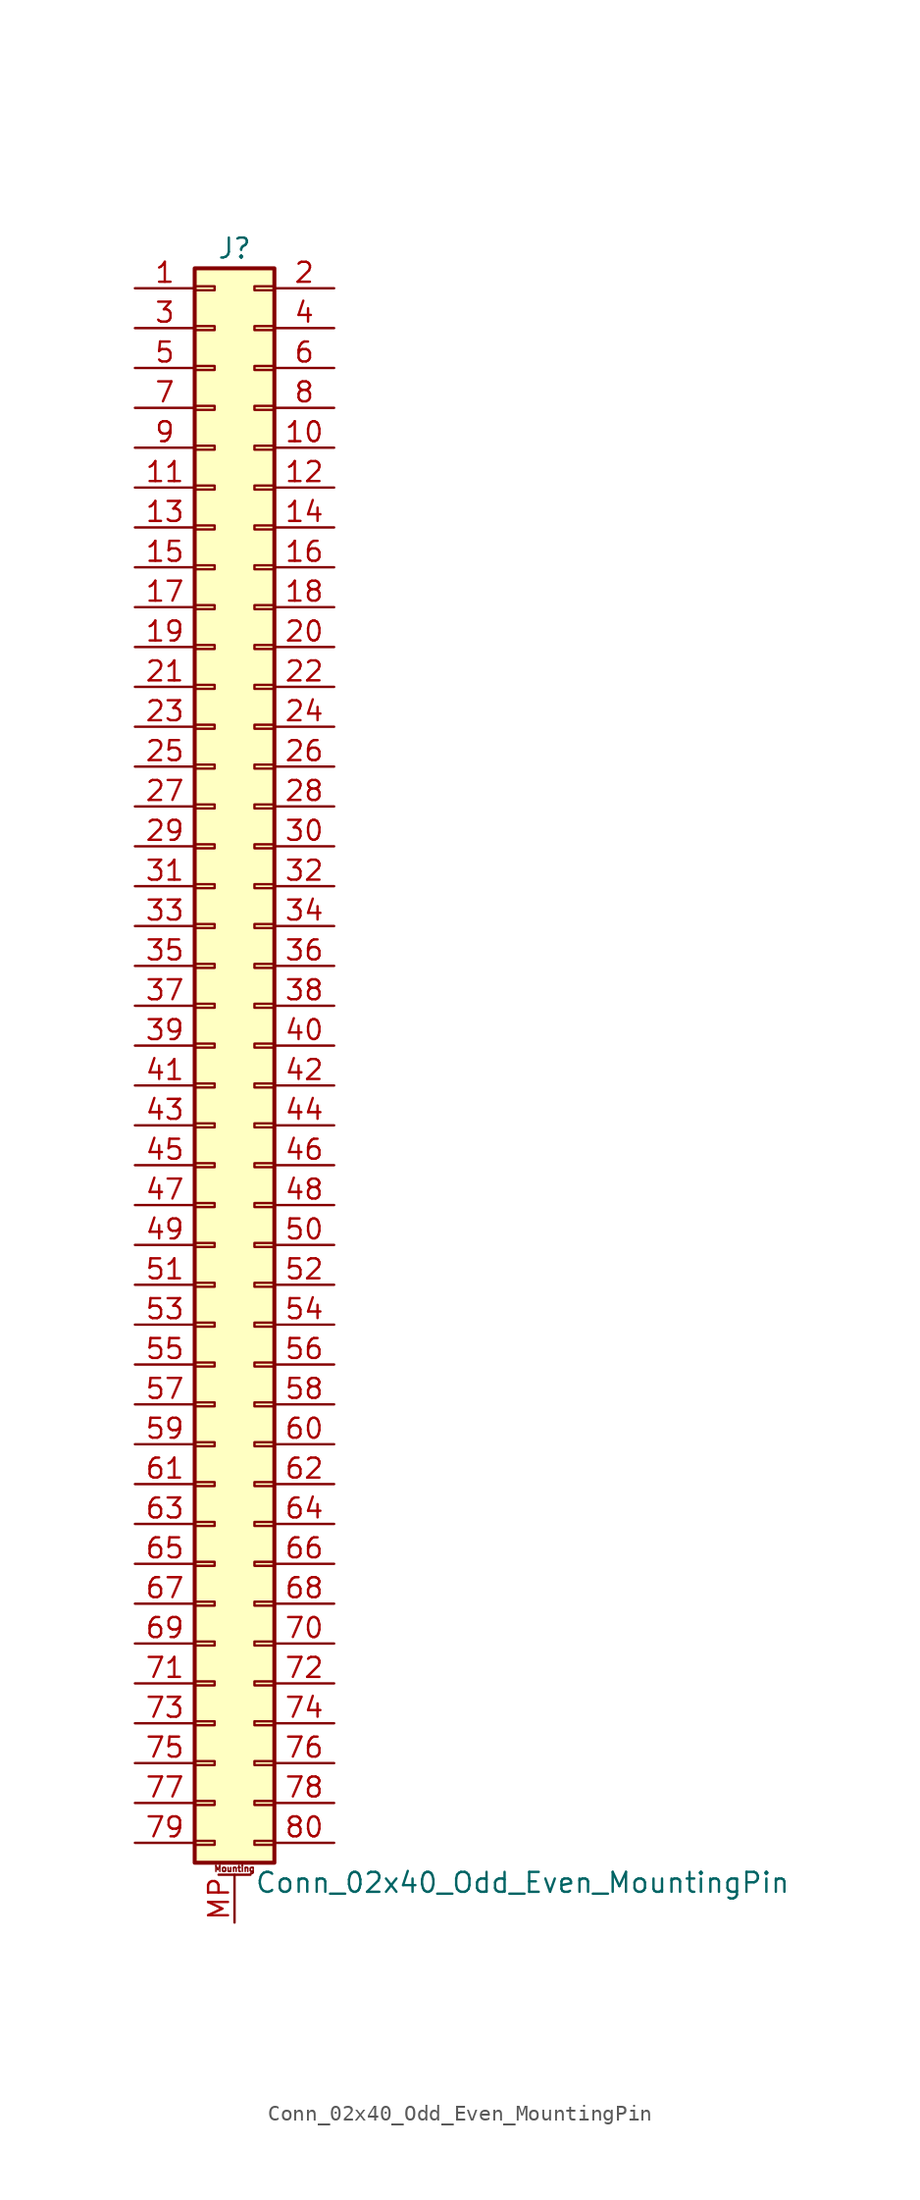
<source format=kicad_sym>
(kicad_symbol_lib
  (version 20201005)
  (generator kicad_symbol_editor)
  (symbol "Conn_02x40_Odd_Even_MountingPin"
    (pin_names
      (offset 1.016) hide)
    (property "Reference" "J"
      (at 1.27 50.8 0)
      (effects (font (size 1.27 1.27))))
    (property "Value" "Conn_02x40_Odd_Even_MountingPin"
      (at 2.54 -53.34 0)
      (effects (font (size 1.27 1.27)) (justify left)))
    (symbol "Conn_02x40_Odd_Even_MountingPin_1_1"
      (text "Mounting" (at 1.27 -52.451 0) (effects (font (size 0.381 0.381))))
      (rectangle (start -1.27 -50.673) (end 0 -50.927) (stroke (width 0.152)) (fill (type none)))
      (rectangle (start -1.27 -48.133) (end 0 -48.387) (stroke (width 0.152)) (fill (type none)))
      (rectangle (start -1.27 -45.593) (end 0 -45.847) (stroke (width 0.152)) (fill (type none)))
      (rectangle (start -1.27 -43.053) (end 0 -43.307) (stroke (width 0.152)) (fill (type none)))
      (rectangle (start -1.27 -40.513) (end 0 -40.767) (stroke (width 0.152)) (fill (type none)))
      (rectangle (start -1.27 -37.973) (end 0 -38.227) (stroke (width 0.152)) (fill (type none)))
      (rectangle (start -1.27 -35.433) (end 0 -35.687) (stroke (width 0.152)) (fill (type none)))
      (rectangle (start -1.27 -32.893) (end 0 -33.147) (stroke (width 0.152)) (fill (type none)))
      (rectangle (start -1.27 -30.353) (end 0 -30.607) (stroke (width 0.152)) (fill (type none)))
      (rectangle (start -1.27 -27.813) (end 0 -28.067) (stroke (width 0.152)) (fill (type none)))
      (rectangle (start -1.27 -25.273) (end 0 -25.527) (stroke (width 0.152)) (fill (type none)))
      (rectangle (start -1.27 -22.733) (end 0 -22.987) (stroke (width 0.152)) (fill (type none)))
      (rectangle (start -1.27 -20.193) (end 0 -20.447) (stroke (width 0.152)) (fill (type none)))
      (rectangle (start -1.27 -17.653) (end 0 -17.907) (stroke (width 0.152)) (fill (type none)))
      (rectangle (start -1.27 -15.113) (end 0 -15.367) (stroke (width 0.152)) (fill (type none)))
      (rectangle (start -1.27 -12.573) (end 0 -12.827) (stroke (width 0.152)) (fill (type none)))
      (rectangle (start -1.27 -10.033) (end 0 -10.287) (stroke (width 0.152)) (fill (type none)))
      (rectangle (start -1.27 -7.493) (end 0 -7.747) (stroke (width 0.152)) (fill (type none)))
      (rectangle (start -1.27 -4.953) (end 0 -5.207) (stroke (width 0.152)) (fill (type none)))
      (rectangle (start -1.27 -2.413) (end 0 -2.667) (stroke (width 0.152)) (fill (type none)))
      (rectangle (start -1.27 0.127) (end 0 -0.127) (stroke (width 0.152)) (fill (type none)))
      (rectangle (start -1.27 2.667) (end 0 2.413) (stroke (width 0.152)) (fill (type none)))
      (rectangle (start -1.27 5.207) (end 0 4.953) (stroke (width 0.152)) (fill (type none)))
      (rectangle (start -1.27 7.747) (end 0 7.493) (stroke (width 0.152)) (fill (type none)))
      (rectangle (start -1.27 10.287) (end 0 10.033) (stroke (width 0.152)) (fill (type none)))
      (rectangle (start -1.27 12.827) (end 0 12.573) (stroke (width 0.152)) (fill (type none)))
      (rectangle (start -1.27 15.367) (end 0 15.113) (stroke (width 0.152)) (fill (type none)))
      (rectangle (start -1.27 17.907) (end 0 17.653) (stroke (width 0.152)) (fill (type none)))
      (rectangle (start -1.27 20.447) (end 0 20.193) (stroke (width 0.152)) (fill (type none)))
      (rectangle (start -1.27 22.987) (end 0 22.733) (stroke (width 0.152)) (fill (type none)))
      (rectangle (start -1.27 25.527) (end 0 25.273) (stroke (width 0.152)) (fill (type none)))
      (rectangle (start -1.27 28.067) (end 0 27.813) (stroke (width 0.152)) (fill (type none)))
      (rectangle (start -1.27 30.607) (end 0 30.353) (stroke (width 0.152)) (fill (type none)))
      (rectangle (start -1.27 33.147) (end 0 32.893) (stroke (width 0.152)) (fill (type none)))
      (rectangle (start -1.27 35.687) (end 0 35.433) (stroke (width 0.152)) (fill (type none)))
      (rectangle (start -1.27 38.227) (end 0 37.973) (stroke (width 0.152)) (fill (type none)))
      (rectangle (start -1.27 40.767) (end 0 40.513) (stroke (width 0.152)) (fill (type none)))
      (rectangle (start -1.27 43.307) (end 0 43.053) (stroke (width 0.152)) (fill (type none)))
      (rectangle (start -1.27 45.847) (end 0 45.593) (stroke (width 0.152)) (fill (type none)))
      (rectangle (start -1.27 48.387) (end 0 48.133) (stroke (width 0.152)) (fill (type none)))
      (rectangle (start 3.81 -50.673) (end 2.54 -50.927) (stroke (width 0.152)) (fill (type none)))
      (rectangle (start 3.81 -48.133) (end 2.54 -48.387) (stroke (width 0.152)) (fill (type none)))
      (rectangle (start 3.81 -45.593) (end 2.54 -45.847) (stroke (width 0.152)) (fill (type none)))
      (rectangle (start 3.81 -43.053) (end 2.54 -43.307) (stroke (width 0.152)) (fill (type none)))
      (rectangle (start 3.81 -40.513) (end 2.54 -40.767) (stroke (width 0.152)) (fill (type none)))
      (rectangle (start 3.81 -37.973) (end 2.54 -38.227) (stroke (width 0.152)) (fill (type none)))
      (rectangle (start 3.81 -35.433) (end 2.54 -35.687) (stroke (width 0.152)) (fill (type none)))
      (rectangle (start 3.81 -32.893) (end 2.54 -33.147) (stroke (width 0.152)) (fill (type none)))
      (rectangle (start 3.81 -30.353) (end 2.54 -30.607) (stroke (width 0.152)) (fill (type none)))
      (rectangle (start 3.81 -27.813) (end 2.54 -28.067) (stroke (width 0.152)) (fill (type none)))
      (rectangle (start 3.81 -25.273) (end 2.54 -25.527) (stroke (width 0.152)) (fill (type none)))
      (rectangle (start 3.81 -22.733) (end 2.54 -22.987) (stroke (width 0.152)) (fill (type none)))
      (rectangle (start 3.81 -20.193) (end 2.54 -20.447) (stroke (width 0.152)) (fill (type none)))
      (rectangle (start 3.81 -17.653) (end 2.54 -17.907) (stroke (width 0.152)) (fill (type none)))
      (rectangle (start 3.81 -15.113) (end 2.54 -15.367) (stroke (width 0.152)) (fill (type none)))
      (rectangle (start 3.81 -12.573) (end 2.54 -12.827) (stroke (width 0.152)) (fill (type none)))
      (rectangle (start 3.81 -10.033) (end 2.54 -10.287) (stroke (width 0.152)) (fill (type none)))
      (rectangle (start 3.81 -7.493) (end 2.54 -7.747) (stroke (width 0.152)) (fill (type none)))
      (rectangle (start 3.81 -4.953) (end 2.54 -5.207) (stroke (width 0.152)) (fill (type none)))
      (rectangle (start 3.81 -2.413) (end 2.54 -2.667) (stroke (width 0.152)) (fill (type none)))
      (rectangle (start 3.81 0.127) (end 2.54 -0.127) (stroke (width 0.152)) (fill (type none)))
      (rectangle (start 3.81 2.667) (end 2.54 2.413) (stroke (width 0.152)) (fill (type none)))
      (rectangle (start 3.81 5.207) (end 2.54 4.953) (stroke (width 0.152)) (fill (type none)))
      (rectangle (start 3.81 7.747) (end 2.54 7.493) (stroke (width 0.152)) (fill (type none)))
      (rectangle (start 3.81 10.287) (end 2.54 10.033) (stroke (width 0.152)) (fill (type none)))
      (rectangle (start 3.81 12.827) (end 2.54 12.573) (stroke (width 0.152)) (fill (type none)))
      (rectangle (start 3.81 15.367) (end 2.54 15.113) (stroke (width 0.152)) (fill (type none)))
      (rectangle (start 3.81 17.907) (end 2.54 17.653) (stroke (width 0.152)) (fill (type none)))
      (rectangle (start 3.81 20.447) (end 2.54 20.193) (stroke (width 0.152)) (fill (type none)))
      (rectangle (start 3.81 22.987) (end 2.54 22.733) (stroke (width 0.152)) (fill (type none)))
      (rectangle (start 3.81 25.527) (end 2.54 25.273) (stroke (width 0.152)) (fill (type none)))
      (rectangle (start 3.81 28.067) (end 2.54 27.813) (stroke (width 0.152)) (fill (type none)))
      (rectangle (start 3.81 30.607) (end 2.54 30.353) (stroke (width 0.152)) (fill (type none)))
      (rectangle (start 3.81 33.147) (end 2.54 32.893) (stroke (width 0.152)) (fill (type none)))
      (rectangle (start 3.81 35.687) (end 2.54 35.433) (stroke (width 0.152)) (fill (type none)))
      (rectangle (start 3.81 38.227) (end 2.54 37.973) (stroke (width 0.152)) (fill (type none)))
      (rectangle (start 3.81 40.767) (end 2.54 40.513) (stroke (width 0.152)) (fill (type none)))
      (rectangle (start 3.81 43.307) (end 2.54 43.053) (stroke (width 0.152)) (fill (type none)))
      (rectangle (start 3.81 45.847) (end 2.54 45.593) (stroke (width 0.152)) (fill (type none)))
      (rectangle (start 3.81 48.387) (end 2.54 48.133) (stroke (width 0.152)) (fill (type none)))
      (rectangle (start -1.27 49.53) (end 3.81 -52.07) (stroke (width 0.254)) (fill (type background)))
      (polyline (pts (xy 0.254 -52.832) (xy 2.286 -52.832)) (stroke (width 0.152)) (fill (type none)))
      (pin passive line (at -5.08 48.26 0) (length 3.81) (name "Pin_1" (effects (font (size 1.27 1.27)))) (number "1" (effects (font (size 1.27 1.27)))))
      (pin passive line (at 7.62 38.1 180) (length 3.81) (name "Pin_10" (effects (font (size 1.27 1.27)))) (number "10" (effects (font (size 1.27 1.27)))))
      (pin passive line (at -5.08 35.56 0) (length 3.81) (name "Pin_11" (effects (font (size 1.27 1.27)))) (number "11" (effects (font (size 1.27 1.27)))))
      (pin passive line (at 7.62 35.56 180) (length 3.81) (name "Pin_12" (effects (font (size 1.27 1.27)))) (number "12" (effects (font (size 1.27 1.27)))))
      (pin passive line (at -5.08 33.02 0) (length 3.81) (name "Pin_13" (effects (font (size 1.27 1.27)))) (number "13" (effects (font (size 1.27 1.27)))))
      (pin passive line (at 7.62 33.02 180) (length 3.81) (name "Pin_14" (effects (font (size 1.27 1.27)))) (number "14" (effects (font (size 1.27 1.27)))))
      (pin passive line (at -5.08 30.48 0) (length 3.81) (name "Pin_15" (effects (font (size 1.27 1.27)))) (number "15" (effects (font (size 1.27 1.27)))))
      (pin passive line (at 7.62 30.48 180) (length 3.81) (name "Pin_16" (effects (font (size 1.27 1.27)))) (number "16" (effects (font (size 1.27 1.27)))))
      (pin passive line (at -5.08 27.94 0) (length 3.81) (name "Pin_17" (effects (font (size 1.27 1.27)))) (number "17" (effects (font (size 1.27 1.27)))))
      (pin passive line (at 7.62 27.94 180) (length 3.81) (name "Pin_18" (effects (font (size 1.27 1.27)))) (number "18" (effects (font (size 1.27 1.27)))))
      (pin passive line (at -5.08 25.4 0) (length 3.81) (name "Pin_19" (effects (font (size 1.27 1.27)))) (number "19" (effects (font (size 1.27 1.27)))))
      (pin passive line (at 7.62 48.26 180) (length 3.81) (name "Pin_2" (effects (font (size 1.27 1.27)))) (number "2" (effects (font (size 1.27 1.27)))))
      (pin passive line (at 7.62 25.4 180) (length 3.81) (name "Pin_20" (effects (font (size 1.27 1.27)))) (number "20" (effects (font (size 1.27 1.27)))))
      (pin passive line (at -5.08 22.86 0) (length 3.81) (name "Pin_21" (effects (font (size 1.27 1.27)))) (number "21" (effects (font (size 1.27 1.27)))))
      (pin passive line (at 7.62 22.86 180) (length 3.81) (name "Pin_22" (effects (font (size 1.27 1.27)))) (number "22" (effects (font (size 1.27 1.27)))))
      (pin passive line (at -5.08 20.32 0) (length 3.81) (name "Pin_23" (effects (font (size 1.27 1.27)))) (number "23" (effects (font (size 1.27 1.27)))))
      (pin passive line (at 7.62 20.32 180) (length 3.81) (name "Pin_24" (effects (font (size 1.27 1.27)))) (number "24" (effects (font (size 1.27 1.27)))))
      (pin passive line (at -5.08 17.78 0) (length 3.81) (name "Pin_25" (effects (font (size 1.27 1.27)))) (number "25" (effects (font (size 1.27 1.27)))))
      (pin passive line (at 7.62 17.78 180) (length 3.81) (name "Pin_26" (effects (font (size 1.27 1.27)))) (number "26" (effects (font (size 1.27 1.27)))))
      (pin passive line (at -5.08 15.24 0) (length 3.81) (name "Pin_27" (effects (font (size 1.27 1.27)))) (number "27" (effects (font (size 1.27 1.27)))))
      (pin passive line (at 7.62 15.24 180) (length 3.81) (name "Pin_28" (effects (font (size 1.27 1.27)))) (number "28" (effects (font (size 1.27 1.27)))))
      (pin passive line (at -5.08 12.7 0) (length 3.81) (name "Pin_29" (effects (font (size 1.27 1.27)))) (number "29" (effects (font (size 1.27 1.27)))))
      (pin passive line (at -5.08 45.72 0) (length 3.81) (name "Pin_3" (effects (font (size 1.27 1.27)))) (number "3" (effects (font (size 1.27 1.27)))))
      (pin passive line (at 7.62 12.7 180) (length 3.81) (name "Pin_30" (effects (font (size 1.27 1.27)))) (number "30" (effects (font (size 1.27 1.27)))))
      (pin passive line (at -5.08 10.16 0) (length 3.81) (name "Pin_31" (effects (font (size 1.27 1.27)))) (number "31" (effects (font (size 1.27 1.27)))))
      (pin passive line (at 7.62 10.16 180) (length 3.81) (name "Pin_32" (effects (font (size 1.27 1.27)))) (number "32" (effects (font (size 1.27 1.27)))))
      (pin passive line (at -5.08 7.62 0) (length 3.81) (name "Pin_33" (effects (font (size 1.27 1.27)))) (number "33" (effects (font (size 1.27 1.27)))))
      (pin passive line (at 7.62 7.62 180) (length 3.81) (name "Pin_34" (effects (font (size 1.27 1.27)))) (number "34" (effects (font (size 1.27 1.27)))))
      (pin passive line (at -5.08 5.08 0) (length 3.81) (name "Pin_35" (effects (font (size 1.27 1.27)))) (number "35" (effects (font (size 1.27 1.27)))))
      (pin passive line (at 7.62 5.08 180) (length 3.81) (name "Pin_36" (effects (font (size 1.27 1.27)))) (number "36" (effects (font (size 1.27 1.27)))))
      (pin passive line (at -5.08 2.54 0) (length 3.81) (name "Pin_37" (effects (font (size 1.27 1.27)))) (number "37" (effects (font (size 1.27 1.27)))))
      (pin passive line (at 7.62 2.54 180) (length 3.81) (name "Pin_38" (effects (font (size 1.27 1.27)))) (number "38" (effects (font (size 1.27 1.27)))))
      (pin passive line (at -5.08 0 0) (length 3.81) (name "Pin_39" (effects (font (size 1.27 1.27)))) (number "39" (effects (font (size 1.27 1.27)))))
      (pin passive line (at 7.62 45.72 180) (length 3.81) (name "Pin_4" (effects (font (size 1.27 1.27)))) (number "4" (effects (font (size 1.27 1.27)))))
      (pin passive line (at 7.62 0 180) (length 3.81) (name "Pin_40" (effects (font (size 1.27 1.27)))) (number "40" (effects (font (size 1.27 1.27)))))
      (pin passive line (at -5.08 -2.54 0) (length 3.81) (name "Pin_41" (effects (font (size 1.27 1.27)))) (number "41" (effects (font (size 1.27 1.27)))))
      (pin passive line (at 7.62 -2.54 180) (length 3.81) (name "Pin_42" (effects (font (size 1.27 1.27)))) (number "42" (effects (font (size 1.27 1.27)))))
      (pin passive line (at -5.08 -5.08 0) (length 3.81) (name "Pin_43" (effects (font (size 1.27 1.27)))) (number "43" (effects (font (size 1.27 1.27)))))
      (pin passive line (at 7.62 -5.08 180) (length 3.81) (name "Pin_44" (effects (font (size 1.27 1.27)))) (number "44" (effects (font (size 1.27 1.27)))))
      (pin passive line (at -5.08 -7.62 0) (length 3.81) (name "Pin_45" (effects (font (size 1.27 1.27)))) (number "45" (effects (font (size 1.27 1.27)))))
      (pin passive line (at 7.62 -7.62 180) (length 3.81) (name "Pin_46" (effects (font (size 1.27 1.27)))) (number "46" (effects (font (size 1.27 1.27)))))
      (pin passive line (at -5.08 -10.16 0) (length 3.81) (name "Pin_47" (effects (font (size 1.27 1.27)))) (number "47" (effects (font (size 1.27 1.27)))))
      (pin passive line (at 7.62 -10.16 180) (length 3.81) (name "Pin_48" (effects (font (size 1.27 1.27)))) (number "48" (effects (font (size 1.27 1.27)))))
      (pin passive line (at -5.08 -12.7 0) (length 3.81) (name "Pin_49" (effects (font (size 1.27 1.27)))) (number "49" (effects (font (size 1.27 1.27)))))
      (pin passive line (at -5.08 43.18 0) (length 3.81) (name "Pin_5" (effects (font (size 1.27 1.27)))) (number "5" (effects (font (size 1.27 1.27)))))
      (pin passive line (at 7.62 -12.7 180) (length 3.81) (name "Pin_50" (effects (font (size 1.27 1.27)))) (number "50" (effects (font (size 1.27 1.27)))))
      (pin passive line (at -5.08 -15.24 0) (length 3.81) (name "Pin_51" (effects (font (size 1.27 1.27)))) (number "51" (effects (font (size 1.27 1.27)))))
      (pin passive line (at 7.62 -15.24 180) (length 3.81) (name "Pin_52" (effects (font (size 1.27 1.27)))) (number "52" (effects (font (size 1.27 1.27)))))
      (pin passive line (at -5.08 -17.78 0) (length 3.81) (name "Pin_53" (effects (font (size 1.27 1.27)))) (number "53" (effects (font (size 1.27 1.27)))))
      (pin passive line (at 7.62 -17.78 180) (length 3.81) (name "Pin_54" (effects (font (size 1.27 1.27)))) (number "54" (effects (font (size 1.27 1.27)))))
      (pin passive line (at -5.08 -20.32 0) (length 3.81) (name "Pin_55" (effects (font (size 1.27 1.27)))) (number "55" (effects (font (size 1.27 1.27)))))
      (pin passive line (at 7.62 -20.32 180) (length 3.81) (name "Pin_56" (effects (font (size 1.27 1.27)))) (number "56" (effects (font (size 1.27 1.27)))))
      (pin passive line (at -5.08 -22.86 0) (length 3.81) (name "Pin_57" (effects (font (size 1.27 1.27)))) (number "57" (effects (font (size 1.27 1.27)))))
      (pin passive line (at 7.62 -22.86 180) (length 3.81) (name "Pin_58" (effects (font (size 1.27 1.27)))) (number "58" (effects (font (size 1.27 1.27)))))
      (pin passive line (at -5.08 -25.4 0) (length 3.81) (name "Pin_59" (effects (font (size 1.27 1.27)))) (number "59" (effects (font (size 1.27 1.27)))))
      (pin passive line (at 7.62 43.18 180) (length 3.81) (name "Pin_6" (effects (font (size 1.27 1.27)))) (number "6" (effects (font (size 1.27 1.27)))))
      (pin passive line (at 7.62 -25.4 180) (length 3.81) (name "Pin_60" (effects (font (size 1.27 1.27)))) (number "60" (effects (font (size 1.27 1.27)))))
      (pin passive line (at -5.08 -27.94 0) (length 3.81) (name "Pin_61" (effects (font (size 1.27 1.27)))) (number "61" (effects (font (size 1.27 1.27)))))
      (pin passive line (at 7.62 -27.94 180) (length 3.81) (name "Pin_62" (effects (font (size 1.27 1.27)))) (number "62" (effects (font (size 1.27 1.27)))))
      (pin passive line (at -5.08 -30.48 0) (length 3.81) (name "Pin_63" (effects (font (size 1.27 1.27)))) (number "63" (effects (font (size 1.27 1.27)))))
      (pin passive line (at 7.62 -30.48 180) (length 3.81) (name "Pin_64" (effects (font (size 1.27 1.27)))) (number "64" (effects (font (size 1.27 1.27)))))
      (pin passive line (at -5.08 -33.02 0) (length 3.81) (name "Pin_65" (effects (font (size 1.27 1.27)))) (number "65" (effects (font (size 1.27 1.27)))))
      (pin passive line (at 7.62 -33.02 180) (length 3.81) (name "Pin_66" (effects (font (size 1.27 1.27)))) (number "66" (effects (font (size 1.27 1.27)))))
      (pin passive line (at -5.08 -35.56 0) (length 3.81) (name "Pin_67" (effects (font (size 1.27 1.27)))) (number "67" (effects (font (size 1.27 1.27)))))
      (pin passive line (at 7.62 -35.56 180) (length 3.81) (name "Pin_68" (effects (font (size 1.27 1.27)))) (number "68" (effects (font (size 1.27 1.27)))))
      (pin passive line (at -5.08 -38.1 0) (length 3.81) (name "Pin_69" (effects (font (size 1.27 1.27)))) (number "69" (effects (font (size 1.27 1.27)))))
      (pin passive line (at -5.08 40.64 0) (length 3.81) (name "Pin_7" (effects (font (size 1.27 1.27)))) (number "7" (effects (font (size 1.27 1.27)))))
      (pin passive line (at 7.62 -38.1 180) (length 3.81) (name "Pin_70" (effects (font (size 1.27 1.27)))) (number "70" (effects (font (size 1.27 1.27)))))
      (pin passive line (at -5.08 -40.64 0) (length 3.81) (name "Pin_71" (effects (font (size 1.27 1.27)))) (number "71" (effects (font (size 1.27 1.27)))))
      (pin passive line (at 7.62 -40.64 180) (length 3.81) (name "Pin_72" (effects (font (size 1.27 1.27)))) (number "72" (effects (font (size 1.27 1.27)))))
      (pin passive line (at -5.08 -43.18 0) (length 3.81) (name "Pin_73" (effects (font (size 1.27 1.27)))) (number "73" (effects (font (size 1.27 1.27)))))
      (pin passive line (at 7.62 -43.18 180) (length 3.81) (name "Pin_74" (effects (font (size 1.27 1.27)))) (number "74" (effects (font (size 1.27 1.27)))))
      (pin passive line (at -5.08 -45.72 0) (length 3.81) (name "Pin_75" (effects (font (size 1.27 1.27)))) (number "75" (effects (font (size 1.27 1.27)))))
      (pin passive line (at 7.62 -45.72 180) (length 3.81) (name "Pin_76" (effects (font (size 1.27 1.27)))) (number "76" (effects (font (size 1.27 1.27)))))
      (pin passive line (at -5.08 -48.26 0) (length 3.81) (name "Pin_77" (effects (font (size 1.27 1.27)))) (number "77" (effects (font (size 1.27 1.27)))))
      (pin passive line (at 7.62 -48.26 180) (length 3.81) (name "Pin_78" (effects (font (size 1.27 1.27)))) (number "78" (effects (font (size 1.27 1.27)))))
      (pin passive line (at -5.08 -50.8 0) (length 3.81) (name "Pin_79" (effects (font (size 1.27 1.27)))) (number "79" (effects (font (size 1.27 1.27)))))
      (pin passive line (at 7.62 40.64 180) (length 3.81) (name "Pin_8" (effects (font (size 1.27 1.27)))) (number "8" (effects (font (size 1.27 1.27)))))
      (pin passive line (at 7.62 -50.8 180) (length 3.81) (name "Pin_80" (effects (font (size 1.27 1.27)))) (number "80" (effects (font (size 1.27 1.27)))))
      (pin passive line (at -5.08 38.1 0) (length 3.81) (name "Pin_9" (effects (font (size 1.27 1.27)))) (number "9" (effects (font (size 1.27 1.27)))))
      (pin passive line (at 1.27 -55.88 90) (length 3.048) (name "MountPin" (effects (font (size 1.27 1.27)))) (number "MP" (effects (font (size 1.27 1.27))))))))
</source>
